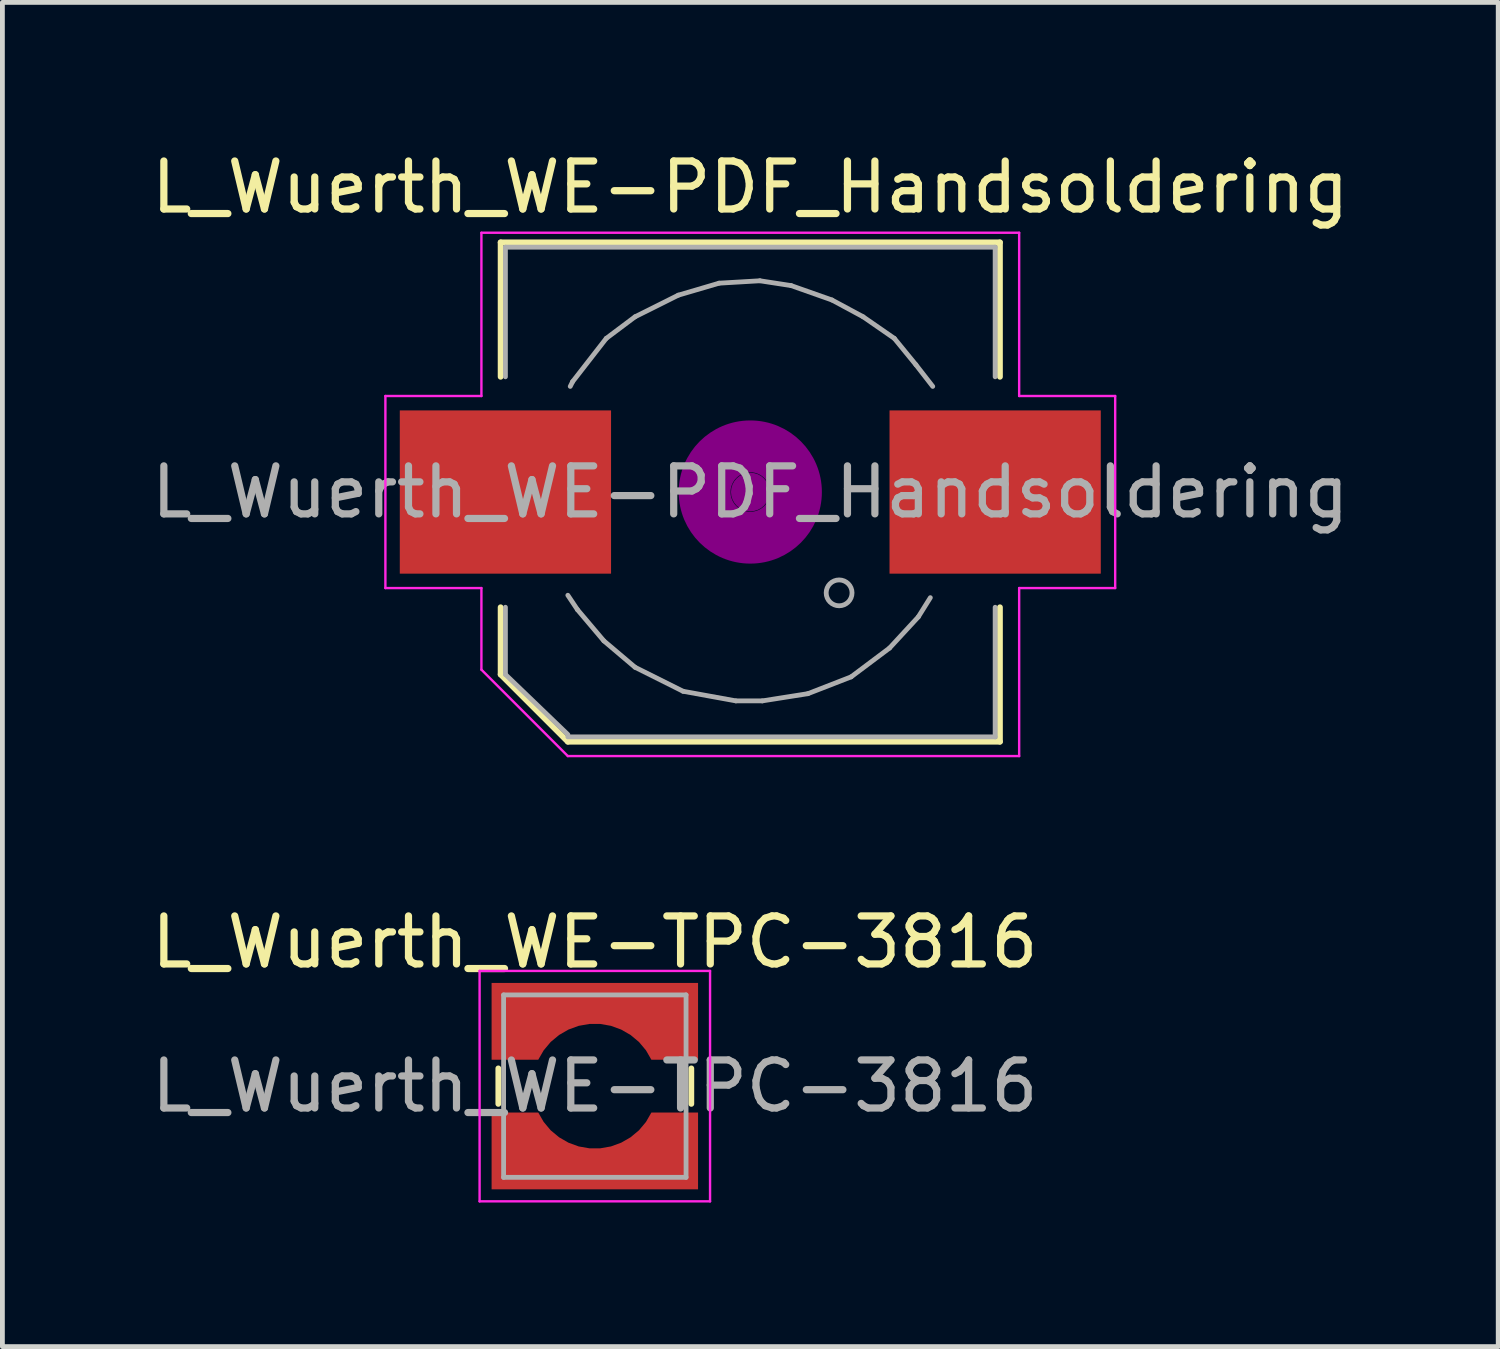
<source format=kicad_pcb>
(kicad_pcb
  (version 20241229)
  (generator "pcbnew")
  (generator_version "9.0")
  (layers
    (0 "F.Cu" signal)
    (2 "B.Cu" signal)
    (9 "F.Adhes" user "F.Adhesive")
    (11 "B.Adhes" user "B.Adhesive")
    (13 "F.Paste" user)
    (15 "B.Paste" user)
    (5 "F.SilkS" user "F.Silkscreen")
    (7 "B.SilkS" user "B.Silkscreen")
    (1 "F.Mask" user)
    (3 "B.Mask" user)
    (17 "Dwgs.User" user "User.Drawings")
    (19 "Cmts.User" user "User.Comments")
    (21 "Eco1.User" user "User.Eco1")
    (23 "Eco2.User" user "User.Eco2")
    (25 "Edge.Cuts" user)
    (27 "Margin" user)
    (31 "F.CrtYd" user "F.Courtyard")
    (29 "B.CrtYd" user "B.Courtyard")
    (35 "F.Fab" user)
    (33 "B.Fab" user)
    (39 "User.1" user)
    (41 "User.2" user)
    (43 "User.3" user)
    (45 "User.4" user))
  (footprint "L_Wuerth_WE-TPC-3816"
    (layer "F.Cu")
    (at 9.339 19.572)
    (property "Reference" "L_Wuerth_WE-TPC-3816" (at 0 -3 0) (layer "F.SilkS") (effects (font (size 1 1) (thickness 0.15))))
    (attr smd)
    (fp_line (start -2.01 0.37) (end -2.01 -0.37) (stroke (width 0.12) (type solid)) (layer "F.SilkS"))
    (fp_line (start 2.01 -0.37) (end 2.01 0.37) (stroke (width 0.12) (type solid)) (layer "F.SilkS"))
    (fp_line (start -2.4 -2.4) (end 2.4 -2.4) (stroke (width 0.05) (type solid)) (layer "F.CrtYd"))
    (fp_line (start -2.4 2.4) (end -2.4 -2.4) (stroke (width 0.05) (type solid)) (layer "F.CrtYd"))
    (fp_line (start 2.4 -2.4) (end 2.4 2.4) (stroke (width 0.05) (type solid)) (layer "F.CrtYd"))
    (fp_line (start 2.4 2.4) (end -2.4 2.4) (stroke (width 0.05) (type solid)) (layer "F.CrtYd"))
    (fp_line (start -1.9 -1.9) (end 1.9 -1.9) (stroke (width 0.1) (type solid)) (layer "F.Fab"))
    (fp_line (start -1.9 1.9) (end -1.9 -1.9) (stroke (width 0.1) (type solid)) (layer "F.Fab"))
    (fp_line (start 1.9 -1.9) (end 1.9 1.9) (stroke (width 0.1) (type solid)) (layer "F.Fab"))
    (fp_line (start 1.9 1.9) (end -1.9 1.9) (stroke (width 0.1) (type solid)) (layer "F.Fab"))
    (fp_text user "${REFERENCE}" (at 0 0 0) (layer "F.Fab") (effects (font (size 1 1) (thickness 0.15))))
    (pad "1" smd custom (at 0 -1.75) (size 0.7 0.7) (layers "F.Cu" "F.Mask" "F.Paste") (options (anchor circle)) (primitives (gr_poly (pts (xy 1.065 1.004) (xy 0.919 0.83) (xy 0.745 0.685) (xy 0.549 0.572) (xy 0.336 0.494) (xy 0.113 0.455) (xy -0.113 0.455) (xy -0.336 0.494) (xy -0.549 0.572) (xy -0.745 0.685) (xy -0.919 0.83) (xy -1.065 1.004) (xy -1.178 1.2) (xy -2.15 1.2) (xy -2.15 -0.4) (xy 2.15 -0.4) (xy 2.15 1.2) (xy 1.178 1.2)) (width 0) (fill yes))))
    (pad "2" smd custom (at 0 1.75) (size 0.7 0.7) (layers "F.Cu" "F.Mask" "F.Paste") (options (anchor circle)) (primitives (gr_poly (pts (xy 2.15 0.4) (xy -2.15 0.4) (xy -2.15 -1.2) (xy -1.178 -1.2) (xy -1.065 -1.004) (xy -0.919 -0.83) (xy -0.745 -0.685) (xy -0.549 -0.572) (xy -0.336 -0.494) (xy -0.113 -0.455) (xy 0.113 -0.455) (xy 0.336 -0.494) (xy 0.549 -0.572) (xy 0.745 -0.685) (xy 0.919 -0.83) (xy 1.065 -1.004) (xy 1.178 -1.2) (xy 2.15 -1.2)) (width 0) (fill yes)))))
  (footprint "L_Wuerth_WE-PDF_Handsoldering"
    (layer "F.Cu")
    (at 12.577 7.198)
    (property "Reference" "L_Wuerth_WE-PDF_Handsoldering" (at 0 -6.35 0) (layer "F.SilkS") (effects (font (size 1 1) (thickness 0.15))))
    (attr smd)
    (fp_line (start -5.2 -5.2) (end 5.2 -5.2) (stroke (width 0.12) (type solid)) (layer "F.SilkS"))
    (fp_line (start -5.2 -2.4) (end -5.2 -5.2) (stroke (width 0.12) (type solid)) (layer "F.SilkS"))
    (fp_line (start -5.2 3.8) (end -5.2 2.4) (stroke (width 0.12) (type solid)) (layer "F.SilkS"))
    (fp_line (start -3.8 5.2) (end -5.2 3.8) (stroke (width 0.12) (type solid)) (layer "F.SilkS"))
    (fp_line (start 5.2 -5.2) (end 5.2 -2.4) (stroke (width 0.12) (type solid)) (layer "F.SilkS"))
    (fp_line (start 5.2 2.4) (end 5.2 5.2) (stroke (width 0.12) (type solid)) (layer "F.SilkS"))
    (fp_line (start 5.2 5.2) (end -3.8 5.2) (stroke (width 0.12) (type solid)) (layer "F.SilkS"))
    (fp_circle (center 0 0) (end 0.15 0.15) (stroke (width 0.38) (type solid)) (fill no) (layer "F.Adhes"))
    (fp_circle (center 0 0) (end 0.6 0.05) (stroke (width 0.38) (type solid)) (fill no) (layer "F.Adhes"))
    (fp_circle (center 0 0) (end 0.95 0) (stroke (width 0.38) (type solid)) (fill no) (layer "F.Adhes"))
    (fp_circle (center 0 0) (end 1.3 0.05) (stroke (width 0.38) (type solid)) (fill no) (layer "F.Adhes"))
    (fp_line (start -7.6 -2) (end -5.6 -2) (stroke (width 0.05) (type solid)) (layer "F.CrtYd"))
    (fp_line (start -7.6 2) (end -7.6 -2) (stroke (width 0.05) (type solid)) (layer "F.CrtYd"))
    (fp_line (start -5.6 -5.4) (end 5.6 -5.4) (stroke (width 0.05) (type solid)) (layer "F.CrtYd"))
    (fp_line (start -5.6 -2) (end -5.6 -5.4) (stroke (width 0.05) (type solid)) (layer "F.CrtYd"))
    (fp_line (start -5.6 2) (end -7.6 2) (stroke (width 0.05) (type solid)) (layer "F.CrtYd"))
    (fp_line (start -5.6 3.7) (end -5.6 2) (stroke (width 0.05) (type solid)) (layer "F.CrtYd"))
    (fp_line (start -3.8 5.5) (end -5.6 3.7) (stroke (width 0.05) (type solid)) (layer "F.CrtYd"))
    (fp_line (start 5.6 -5.4) (end 5.6 -2) (stroke (width 0.05) (type solid)) (layer "F.CrtYd"))
    (fp_line (start 5.6 -2) (end 7.6 -2) (stroke (width 0.05) (type solid)) (layer "F.CrtYd"))
    (fp_line (start 5.6 2) (end 5.6 5.5) (stroke (width 0.05) (type solid)) (layer "F.CrtYd"))
    (fp_line (start 5.6 5.5) (end -3.8 5.5) (stroke (width 0.05) (type solid)) (layer "F.CrtYd"))
    (fp_line (start 7.6 -2) (end 7.6 2) (stroke (width 0.05) (type solid)) (layer "F.CrtYd"))
    (fp_line (start 7.6 2) (end 5.6 2) (stroke (width 0.05) (type solid)) (layer "F.CrtYd"))
    (fp_line (start -5.1 -5.1) (end -5.1 -2.4) (stroke (width 0.1) (type solid)) (layer "F.Fab"))
    (fp_line (start -5.1 2.4) (end -5.1 3.8) (stroke (width 0.1) (type solid)) (layer "F.Fab"))
    (fp_line (start -5.1 3.8) (end -3.8 5.05) (stroke (width 0.1) (type solid)) (layer "F.Fab"))
    (fp_line (start -3.8 2.15) (end -3.6 2.45) (stroke (width 0.1) (type solid)) (layer "F.Fab"))
    (fp_line (start -3.7 -2.3) (end -3.75 -2.2) (stroke (width 0.1) (type solid)) (layer "F.Fab"))
    (fp_line (start -3.6 2.45) (end -3.05 3.1) (stroke (width 0.1) (type solid)) (layer "F.Fab"))
    (fp_line (start -3.05 3.1) (end -2.4 3.65) (stroke (width 0.1) (type solid)) (layer "F.Fab"))
    (fp_line (start -3 -3.2) (end -3.7 -2.3) (stroke (width 0.1) (type solid)) (layer "F.Fab"))
    (fp_line (start -2.4 -3.65) (end -3 -3.2) (stroke (width 0.1) (type solid)) (layer "F.Fab"))
    (fp_line (start -2.4 3.65) (end -1.4 4.15) (stroke (width 0.1) (type solid)) (layer "F.Fab"))
    (fp_line (start -1.5 -4.1) (end -2.4 -3.65) (stroke (width 0.1) (type solid)) (layer "F.Fab"))
    (fp_line (start -1.4 4.15) (end -0.3 4.35) (stroke (width 0.1) (type solid)) (layer "F.Fab"))
    (fp_line (start -0.65 -4.35) (end -1.5 -4.1) (stroke (width 0.1) (type solid)) (layer "F.Fab"))
    (fp_line (start -0.3 4.35) (end 0.25 4.35) (stroke (width 0.1) (type solid)) (layer "F.Fab"))
    (fp_line (start 0.2 -4.4) (end -0.65 -4.35) (stroke (width 0.1) (type solid)) (layer "F.Fab"))
    (fp_line (start 0.25 4.35) (end 1.2 4.2) (stroke (width 0.1) (type solid)) (layer "F.Fab"))
    (fp_line (start 0.85 -4.3) (end 0.2 -4.4) (stroke (width 0.1) (type solid)) (layer "F.Fab"))
    (fp_line (start 1.2 4.2) (end 2.1 3.85) (stroke (width 0.1) (type solid)) (layer "F.Fab"))
    (fp_line (start 1.7 -4) (end 0.85 -4.3) (stroke (width 0.1) (type solid)) (layer "F.Fab"))
    (fp_line (start 2.1 3.85) (end 2.9 3.25) (stroke (width 0.1) (type solid)) (layer "F.Fab"))
    (fp_line (start 2.35 -3.65) (end 1.7 -4) (stroke (width 0.1) (type solid)) (layer "F.Fab"))
    (fp_line (start 2.9 3.25) (end 3.5 2.6) (stroke (width 0.1) (type solid)) (layer "F.Fab"))
    (fp_line (start 3 -3.2) (end 2.35 -3.65) (stroke (width 0.1) (type solid)) (layer "F.Fab"))
    (fp_line (start 3.45 -2.65) (end 3 -3.2) (stroke (width 0.1) (type solid)) (layer "F.Fab"))
    (fp_line (start 3.5 2.6) (end 3.75 2.2) (stroke (width 0.1) (type solid)) (layer "F.Fab"))
    (fp_line (start 3.8 -2.2) (end 3.45 -2.65) (stroke (width 0.1) (type solid)) (layer "F.Fab"))
    (fp_line (start 5.1 -5.1) (end -5.1 -5.1) (stroke (width 0.1) (type solid)) (layer "F.Fab"))
    (fp_line (start 5.1 -5.1) (end 5.1 -2.4) (stroke (width 0.1) (type solid)) (layer "F.Fab"))
    (fp_line (start 5.1 5.1) (end -3.8 5.1) (stroke (width 0.1) (type solid)) (layer "F.Fab"))
    (fp_line (start 5.1 5.1) (end 5.1 2.4) (stroke (width 0.1) (type solid)) (layer "F.Fab"))
    (fp_circle (center 1.85 2.1) (end 2.1 2.2) (stroke (width 0.1) (type solid)) (fill no) (layer "F.Fab"))
    (fp_text user "${REFERENCE}" (at 0 0 0) (layer "F.Fab") (effects (font (size 1 1) (thickness 0.15))))
    (pad "1" smd rect (at -5.1 0) (size 4.4 3.4) (layers "F.Cu" "F.Mask" "F.Paste"))
    (pad "2" smd rect (at 5.1 0) (size 4.4 3.4) (layers "F.Cu" "F.Mask" "F.Paste")))
  (gr_rect
    (start -3 -3)
    (end 28.155 24.997)
    (stroke (width 0.1) (type default))
    (fill no)
    (layer "Edge.Cuts")))
</source>
